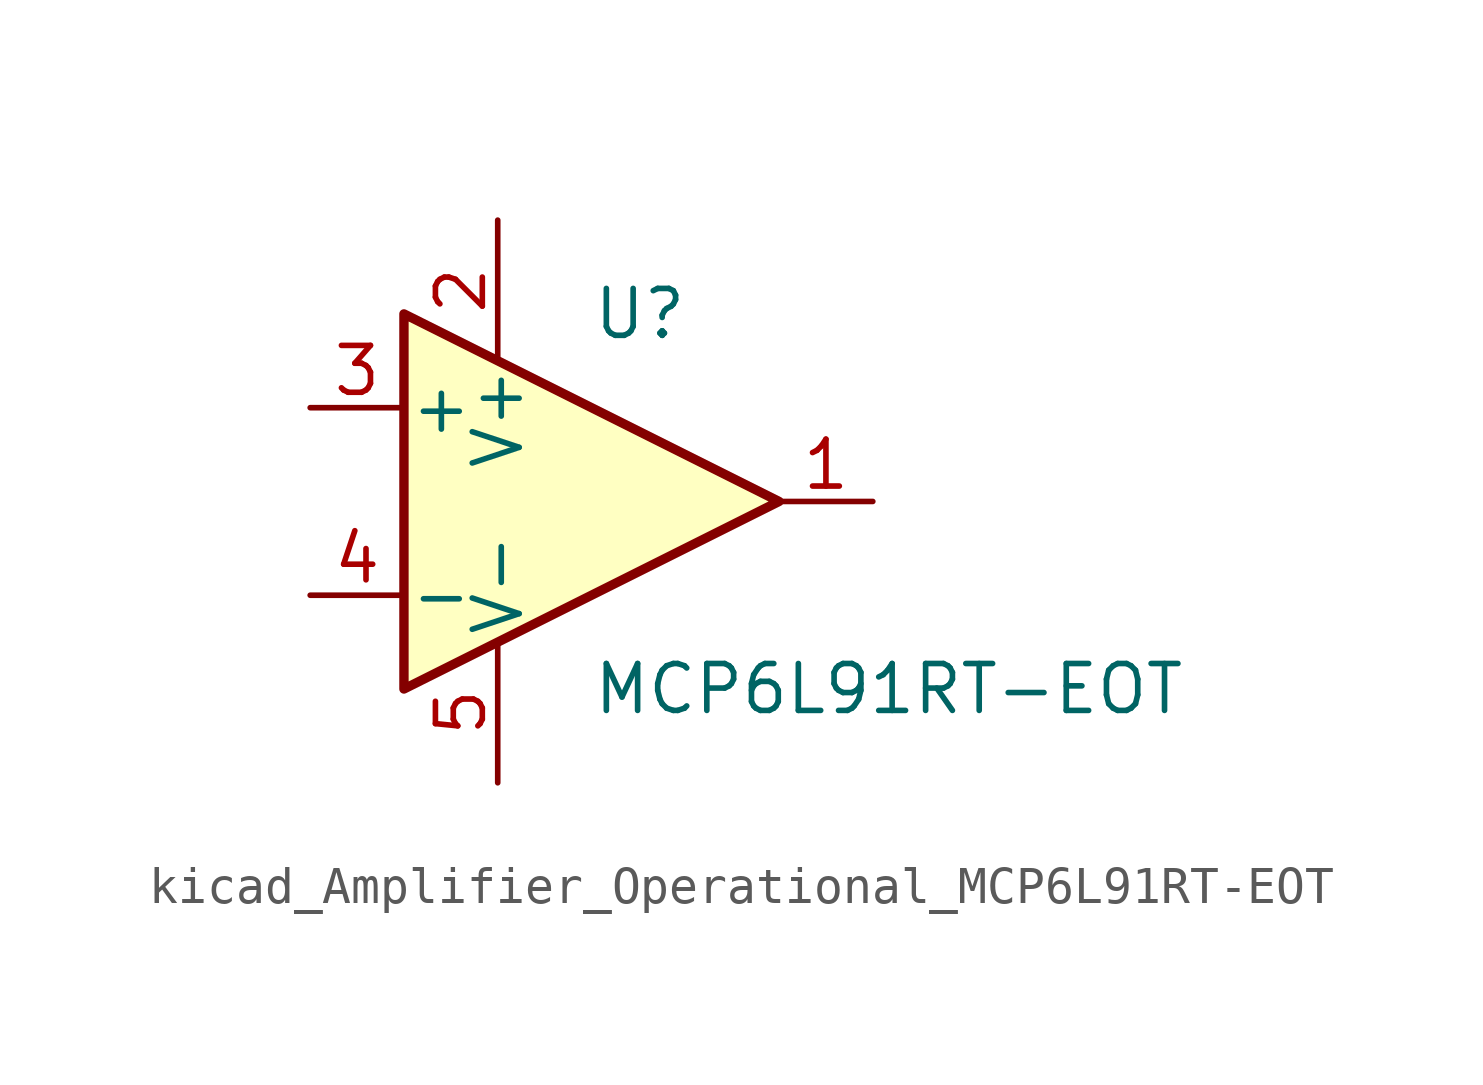
<source format=kicad_sym>
(kicad_symbol_lib
  (version 20220914)
  (generator kicad_symbol_editor)
  (symbol "kicad_Amplifier_Operational_MCP6L91RT-EOT"
    (pin_names
      (offset 0.127))
    (property "Reference" "U"
      (at 0 5.08 0)
      (effects (font (size 1.27 1.27)) (justify left)))
    (property "Value" "MCP6L91RT-EOT"
      (at 0 -5.08 0)
      (effects (font (size 1.27 1.27)) (justify left)))
    (symbol "kicad_Amplifier_Operational_MCP6L91RT-EOT_0_1"
      (polyline (pts (xy -5.08 5.08) (xy 5.08 0) (xy -5.08 -5.08) (xy -5.08 5.08)) (stroke (width 0.254) (type default)) (fill (type background)))
      (pin power_in line (at -2.54 7.62 270) (length 3.81) (name "V+" (effects (font (size 1.27 1.27)))) (number "2" (effects (font (size 1.27 1.27)))))
      (pin power_in line (at -2.54 -7.62 90) (length 3.81) (name "V-" (effects (font (size 1.27 1.27)))) (number "5" (effects (font (size 1.27 1.27))))))
    (symbol "kicad_Amplifier_Operational_MCP6L91RT-EOT_1_1"
      (pin output line (at 7.62 0 180) (length 2.54) (name "~" (effects (font (size 1.27 1.27)))) (number "1" (effects (font (size 1.27 1.27)))))
      (pin input line (at -7.62 2.54 0) (length 2.54) (name "+" (effects (font (size 1.27 1.27)))) (number "3" (effects (font (size 1.27 1.27)))))
      (pin input line (at -7.62 -2.54 0) (length 2.54) (name "-" (effects (font (size 1.27 1.27)))) (number "4" (effects (font (size 1.27 1.27))))))))
</source>
